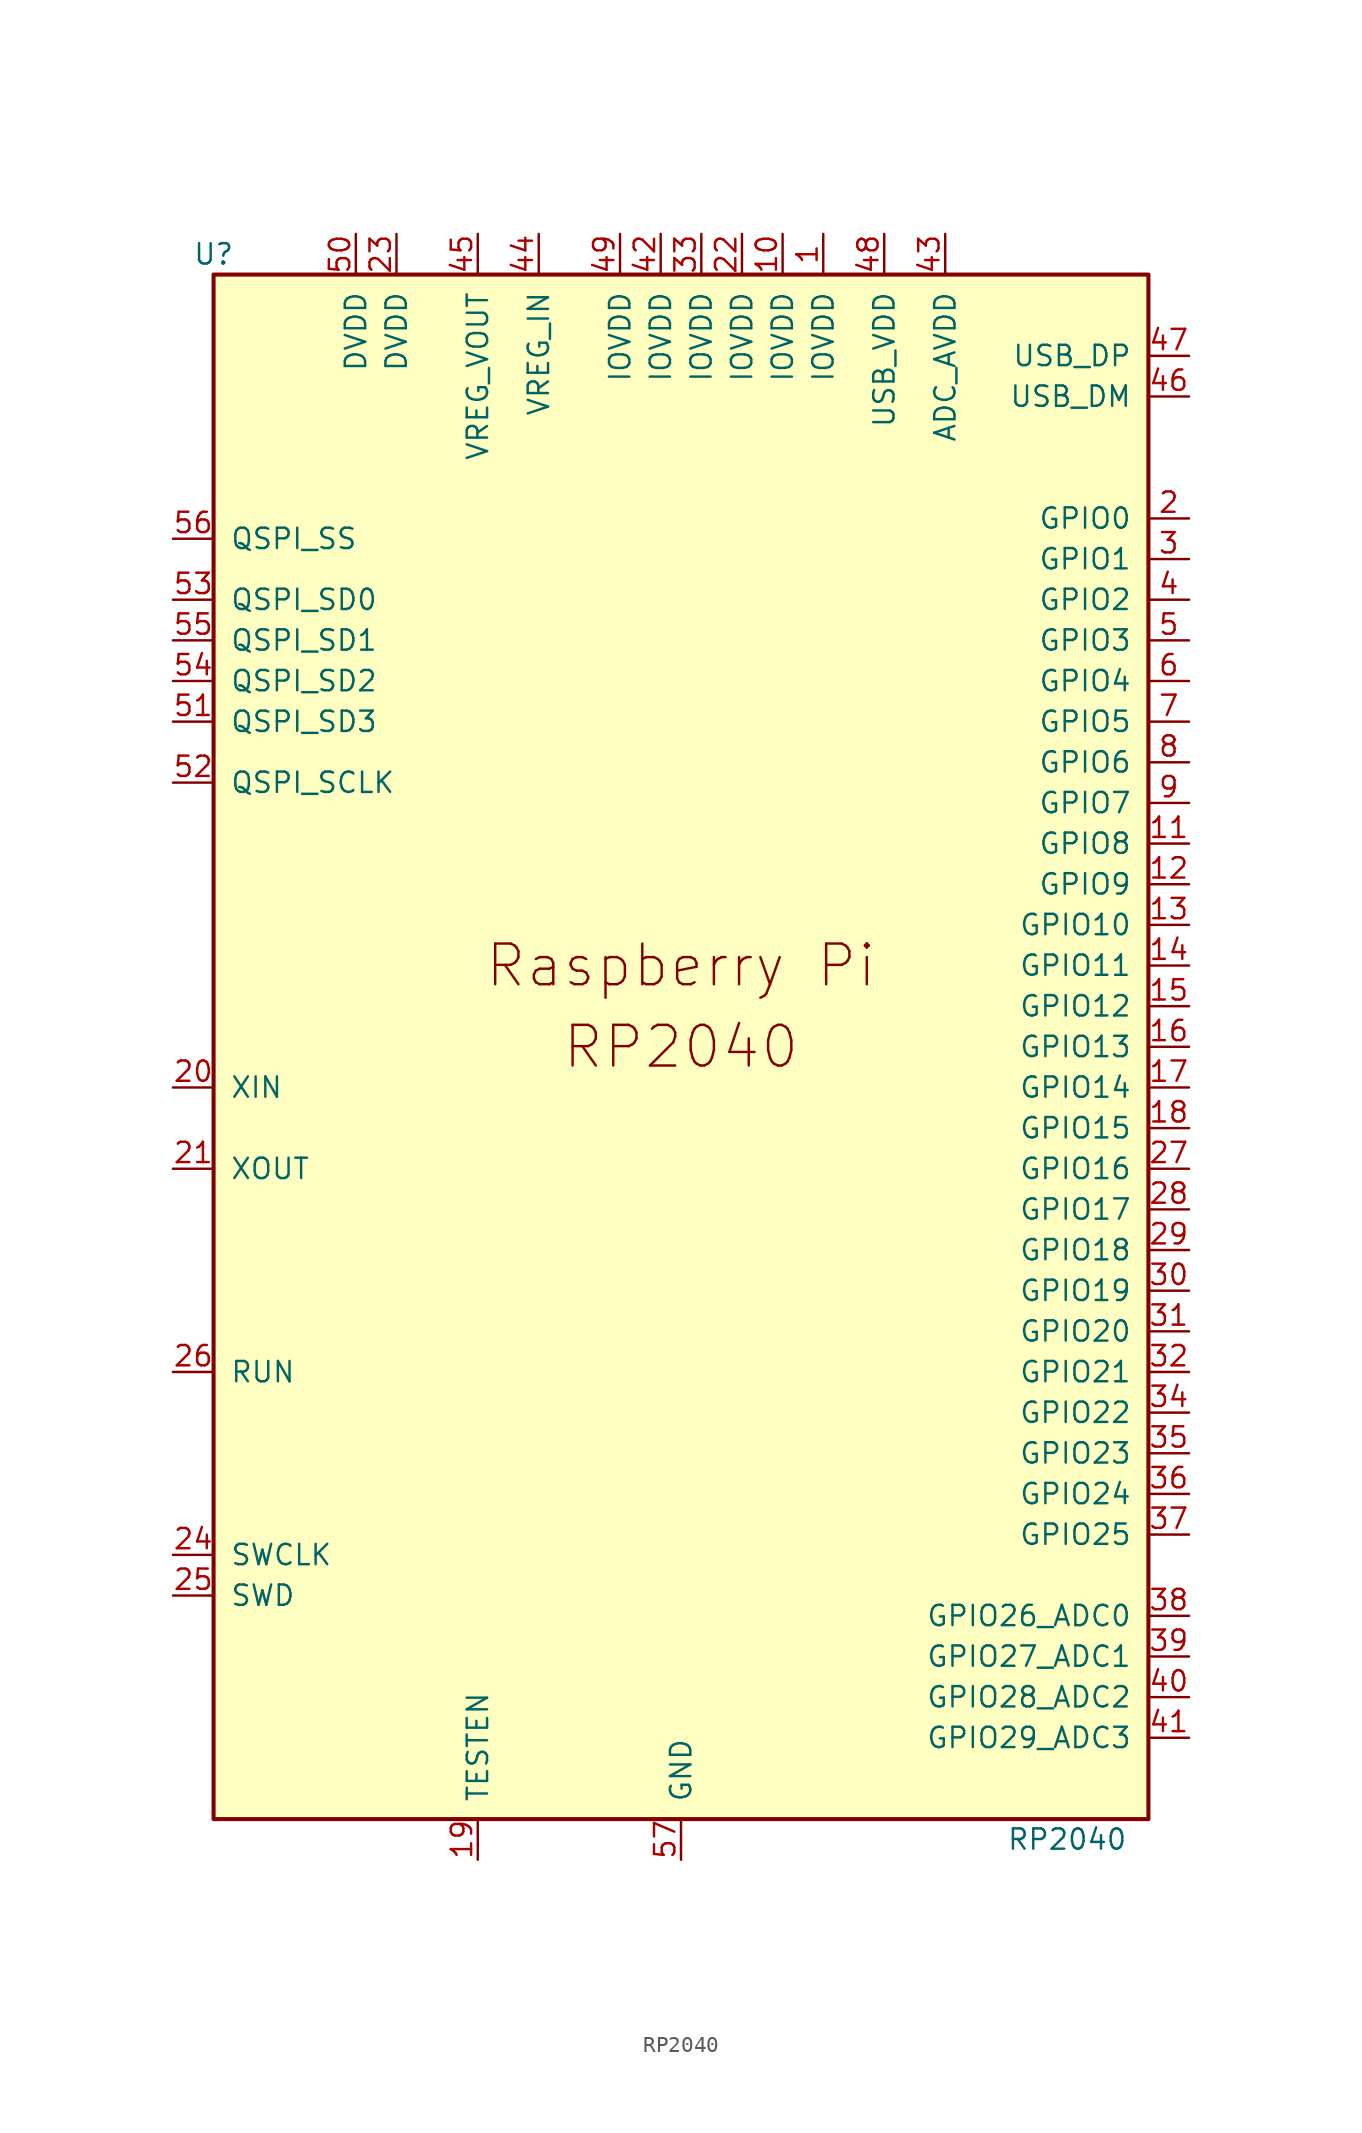
<source format=kicad_sym>
(kicad_symbol_lib
  (version 20241209)
  (generator "kicad_symbol_editor")
  (generator_version "9.0")
  (symbol "RP2040"
    (pin_names
      (offset 1.016))
    (property "Reference" "U"
      (at -29.21 49.53 0)
      (effects (font (size 1.27 1.27))))
    (property "Value" "RP2040"
      (at 24.13 -49.53 0)
      (effects (font (size 1.27 1.27))))
    (symbol "RP2040_0_0"
      (text "Raspberry Pi" (at 0 5.08 0) (effects (font (size 2.54 2.54))))
      (text "RP2040" (at 0 0 0) (effects (font (size 2.54 2.54)))))
    (symbol "RP2040_0_1"
      (rectangle (start -29.21 48.26) (end 29.21 -48.26) (stroke (width 0.254) (type solid)) (fill (type background))))
    (symbol "RP2040_1_1"
      (pin bidirectional line (at -31.75 31.75 0) (length 2.54) (name "QSPI_SS" (effects (font (size 1.27 1.27)))) (number "56" (effects (font (size 1.27 1.27)))))
      (pin bidirectional line (at -31.75 27.94 0) (length 2.54) (name "QSPI_SD0" (effects (font (size 1.27 1.27)))) (number "53" (effects (font (size 1.27 1.27)))))
      (pin bidirectional line (at -31.75 25.4 0) (length 2.54) (name "QSPI_SD1" (effects (font (size 1.27 1.27)))) (number "55" (effects (font (size 1.27 1.27)))))
      (pin bidirectional line (at -31.75 22.86 0) (length 2.54) (name "QSPI_SD2" (effects (font (size 1.27 1.27)))) (number "54" (effects (font (size 1.27 1.27)))))
      (pin bidirectional line (at -31.75 20.32 0) (length 2.54) (name "QSPI_SD3" (effects (font (size 1.27 1.27)))) (number "51" (effects (font (size 1.27 1.27)))))
      (pin output line (at -31.75 16.51 0) (length 2.54) (name "QSPI_SCLK" (effects (font (size 1.27 1.27)))) (number "52" (effects (font (size 1.27 1.27)))))
      (pin input line (at -31.75 -2.54 0) (length 2.54) (name "XIN" (effects (font (size 1.27 1.27)))) (number "20" (effects (font (size 1.27 1.27)))))
      (pin passive line (at -31.75 -7.62 0) (length 2.54) (name "XOUT" (effects (font (size 1.27 1.27)))) (number "21" (effects (font (size 1.27 1.27)))))
      (pin input line (at -31.75 -20.32 0) (length 2.54) (name "RUN" (effects (font (size 1.27 1.27)))) (number "26" (effects (font (size 1.27 1.27)))))
      (pin output line (at -31.75 -31.75 0) (length 2.54) (name "SWCLK" (effects (font (size 1.27 1.27)))) (number "24" (effects (font (size 1.27 1.27)))))
      (pin bidirectional line (at -31.75 -34.29 0) (length 2.54) (name "SWD" (effects (font (size 1.27 1.27)))) (number "25" (effects (font (size 1.27 1.27)))))
      (pin power_in line (at -20.32 50.8 270) (length 2.54) (name "DVDD" (effects (font (size 1.27 1.27)))) (number "50" (effects (font (size 1.27 1.27)))))
      (pin power_in line (at -17.78 50.8 270) (length 2.54) (name "DVDD" (effects (font (size 1.27 1.27)))) (number "23" (effects (font (size 1.27 1.27)))))
      (pin power_out line (at -12.7 50.8 270) (length 2.54) (name "VREG_VOUT" (effects (font (size 1.27 1.27)))) (number "45" (effects (font (size 1.27 1.27)))))
      (pin passive line (at -12.7 -50.8 90) (length 2.54) (name "TESTEN" (effects (font (size 1.27 1.27)))) (number "19" (effects (font (size 1.27 1.27)))))
      (pin power_in line (at -8.89 50.8 270) (length 2.54) (name "VREG_IN" (effects (font (size 1.27 1.27)))) (number "44" (effects (font (size 1.27 1.27)))))
      (pin power_in line (at -3.81 50.8 270) (length 2.54) (name "IOVDD" (effects (font (size 1.27 1.27)))) (number "49" (effects (font (size 1.27 1.27)))))
      (pin power_in line (at -1.27 50.8 270) (length 2.54) (name "IOVDD" (effects (font (size 1.27 1.27)))) (number "42" (effects (font (size 1.27 1.27)))))
      (pin power_in line (at 0 -50.8 90) (length 2.54) (name "GND" (effects (font (size 1.27 1.27)))) (number "57" (effects (font (size 1.27 1.27)))))
      (pin power_in line (at 1.27 50.8 270) (length 2.54) (name "IOVDD" (effects (font (size 1.27 1.27)))) (number "33" (effects (font (size 1.27 1.27)))))
      (pin power_in line (at 3.81 50.8 270) (length 2.54) (name "IOVDD" (effects (font (size 1.27 1.27)))) (number "22" (effects (font (size 1.27 1.27)))))
      (pin power_in line (at 6.35 50.8 270) (length 2.54) (name "IOVDD" (effects (font (size 1.27 1.27)))) (number "10" (effects (font (size 1.27 1.27)))))
      (pin power_in line (at 8.89 50.8 270) (length 2.54) (name "IOVDD" (effects (font (size 1.27 1.27)))) (number "1" (effects (font (size 1.27 1.27)))))
      (pin power_in line (at 12.7 50.8 270) (length 2.54) (name "USB_VDD" (effects (font (size 1.27 1.27)))) (number "48" (effects (font (size 1.27 1.27)))))
      (pin power_in line (at 16.51 50.8 270) (length 2.54) (name "ADC_AVDD" (effects (font (size 1.27 1.27)))) (number "43" (effects (font (size 1.27 1.27)))))
      (pin bidirectional line (at 31.75 43.18 180) (length 2.54) (name "USB_DP" (effects (font (size 1.27 1.27)))) (number "47" (effects (font (size 1.27 1.27)))))
      (pin bidirectional line (at 31.75 40.64 180) (length 2.54) (name "USB_DM" (effects (font (size 1.27 1.27)))) (number "46" (effects (font (size 1.27 1.27)))))
      (pin bidirectional line (at 31.75 33.02 180) (length 2.54) (name "GPIO0" (effects (font (size 1.27 1.27)))) (number "2" (effects (font (size 1.27 1.27)))))
      (pin bidirectional line (at 31.75 30.48 180) (length 2.54) (name "GPIO1" (effects (font (size 1.27 1.27)))) (number "3" (effects (font (size 1.27 1.27)))))
      (pin bidirectional line (at 31.75 27.94 180) (length 2.54) (name "GPIO2" (effects (font (size 1.27 1.27)))) (number "4" (effects (font (size 1.27 1.27)))))
      (pin bidirectional line (at 31.75 25.4 180) (length 2.54) (name "GPIO3" (effects (font (size 1.27 1.27)))) (number "5" (effects (font (size 1.27 1.27)))))
      (pin bidirectional line (at 31.75 22.86 180) (length 2.54) (name "GPIO4" (effects (font (size 1.27 1.27)))) (number "6" (effects (font (size 1.27 1.27)))))
      (pin bidirectional line (at 31.75 20.32 180) (length 2.54) (name "GPIO5" (effects (font (size 1.27 1.27)))) (number "7" (effects (font (size 1.27 1.27)))))
      (pin bidirectional line (at 31.75 17.78 180) (length 2.54) (name "GPIO6" (effects (font (size 1.27 1.27)))) (number "8" (effects (font (size 1.27 1.27)))))
      (pin bidirectional line (at 31.75 15.24 180) (length 2.54) (name "GPIO7" (effects (font (size 1.27 1.27)))) (number "9" (effects (font (size 1.27 1.27)))))
      (pin bidirectional line (at 31.75 12.7 180) (length 2.54) (name "GPIO8" (effects (font (size 1.27 1.27)))) (number "11" (effects (font (size 1.27 1.27)))))
      (pin bidirectional line (at 31.75 10.16 180) (length 2.54) (name "GPIO9" (effects (font (size 1.27 1.27)))) (number "12" (effects (font (size 1.27 1.27)))))
      (pin bidirectional line (at 31.75 7.62 180) (length 2.54) (name "GPIO10" (effects (font (size 1.27 1.27)))) (number "13" (effects (font (size 1.27 1.27)))))
      (pin bidirectional line (at 31.75 5.08 180) (length 2.54) (name "GPIO11" (effects (font (size 1.27 1.27)))) (number "14" (effects (font (size 1.27 1.27)))))
      (pin bidirectional line (at 31.75 2.54 180) (length 2.54) (name "GPIO12" (effects (font (size 1.27 1.27)))) (number "15" (effects (font (size 1.27 1.27)))))
      (pin bidirectional line (at 31.75 0 180) (length 2.54) (name "GPIO13" (effects (font (size 1.27 1.27)))) (number "16" (effects (font (size 1.27 1.27)))))
      (pin bidirectional line (at 31.75 -2.54 180) (length 2.54) (name "GPIO14" (effects (font (size 1.27 1.27)))) (number "17" (effects (font (size 1.27 1.27)))))
      (pin bidirectional line (at 31.75 -5.08 180) (length 2.54) (name "GPIO15" (effects (font (size 1.27 1.27)))) (number "18" (effects (font (size 1.27 1.27)))))
      (pin bidirectional line (at 31.75 -7.62 180) (length 2.54) (name "GPIO16" (effects (font (size 1.27 1.27)))) (number "27" (effects (font (size 1.27 1.27)))))
      (pin bidirectional line (at 31.75 -10.16 180) (length 2.54) (name "GPIO17" (effects (font (size 1.27 1.27)))) (number "28" (effects (font (size 1.27 1.27)))))
      (pin bidirectional line (at 31.75 -12.7 180) (length 2.54) (name "GPIO18" (effects (font (size 1.27 1.27)))) (number "29" (effects (font (size 1.27 1.27)))))
      (pin bidirectional line (at 31.75 -15.24 180) (length 2.54) (name "GPIO19" (effects (font (size 1.27 1.27)))) (number "30" (effects (font (size 1.27 1.27)))))
      (pin bidirectional line (at 31.75 -17.78 180) (length 2.54) (name "GPIO20" (effects (font (size 1.27 1.27)))) (number "31" (effects (font (size 1.27 1.27)))))
      (pin bidirectional line (at 31.75 -20.32 180) (length 2.54) (name "GPIO21" (effects (font (size 1.27 1.27)))) (number "32" (effects (font (size 1.27 1.27)))))
      (pin bidirectional line (at 31.75 -22.86 180) (length 2.54) (name "GPIO22" (effects (font (size 1.27 1.27)))) (number "34" (effects (font (size 1.27 1.27)))))
      (pin bidirectional line (at 31.75 -25.4 180) (length 2.54) (name "GPIO23" (effects (font (size 1.27 1.27)))) (number "35" (effects (font (size 1.27 1.27)))))
      (pin bidirectional line (at 31.75 -27.94 180) (length 2.54) (name "GPIO24" (effects (font (size 1.27 1.27)))) (number "36" (effects (font (size 1.27 1.27)))))
      (pin bidirectional line (at 31.75 -30.48 180) (length 2.54) (name "GPIO25" (effects (font (size 1.27 1.27)))) (number "37" (effects (font (size 1.27 1.27)))))
      (pin bidirectional line (at 31.75 -35.56 180) (length 2.54) (name "GPIO26_ADC0" (effects (font (size 1.27 1.27)))) (number "38" (effects (font (size 1.27 1.27)))))
      (pin bidirectional line (at 31.75 -38.1 180) (length 2.54) (name "GPIO27_ADC1" (effects (font (size 1.27 1.27)))) (number "39" (effects (font (size 1.27 1.27)))))
      (pin bidirectional line (at 31.75 -40.64 180) (length 2.54) (name "GPIO28_ADC2" (effects (font (size 1.27 1.27)))) (number "40" (effects (font (size 1.27 1.27)))))
      (pin bidirectional line (at 31.75 -43.18 180) (length 2.54) (name "GPIO29_ADC3" (effects (font (size 1.27 1.27)))) (number "41" (effects (font (size 1.27 1.27))))))))
</source>
